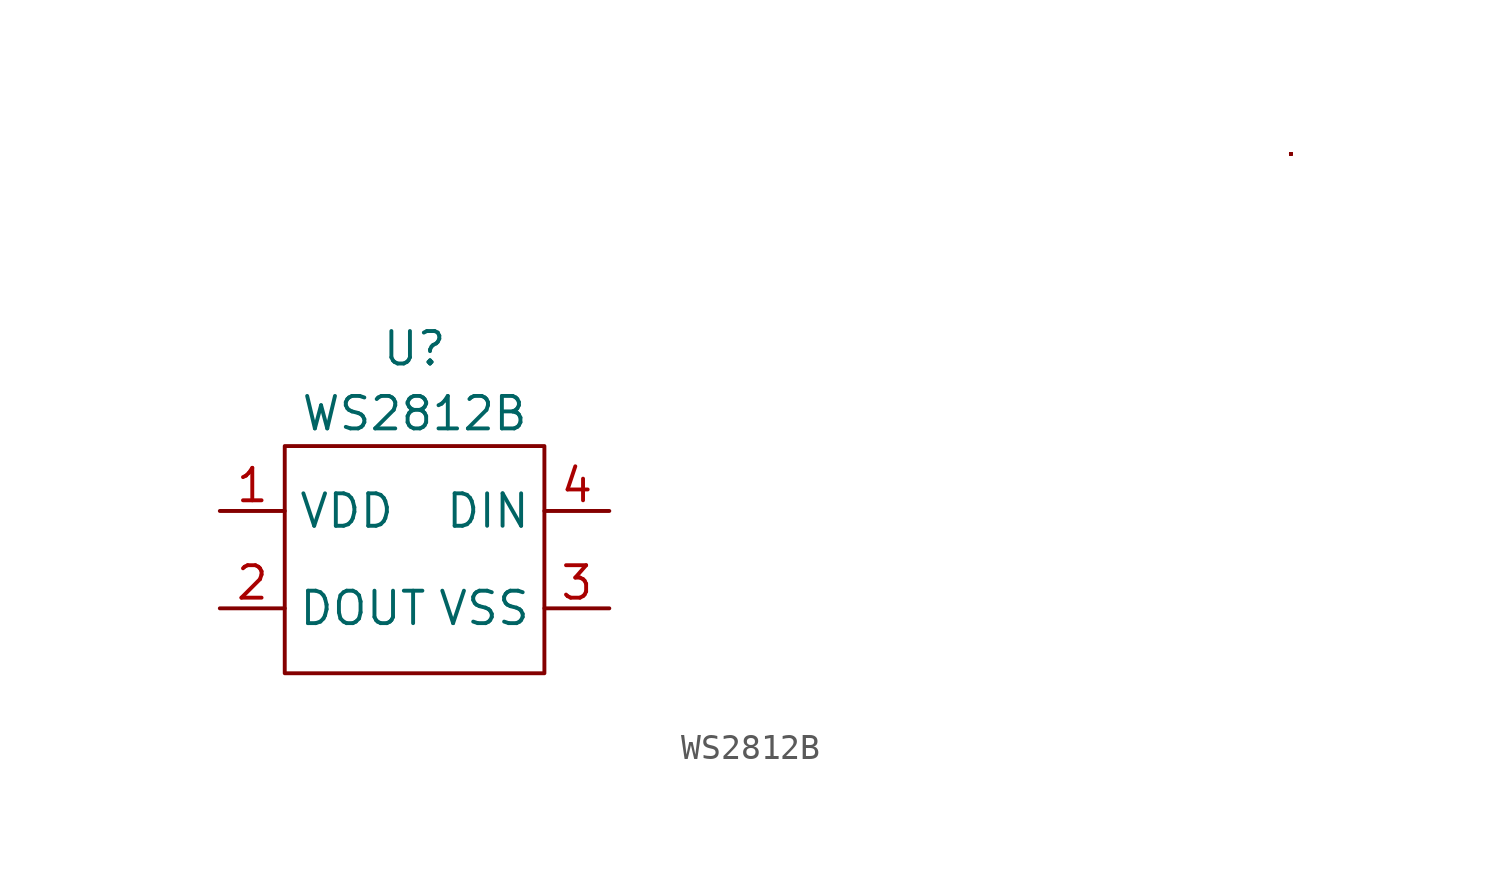
<source format=kicad_sym>
(kicad_symbol_lib
  (version 20211014)
  (generator kicad_symbol_editor)
  (symbol "WS2812B"
    (property "Reference" "U"
      (at 0 2.54 0)
      (effects (font (size 1.27 1.27))))
    (property "Value" "WS2812B"
      (at 0 0 0)
      (effects (font (size 1.27 1.27))))
    (symbol "WS2812B_0_1"
      (rectangle (start -5.08 -1.27) (end 5.08 -10.16) (stroke (width 0) (type default) (color 0 0 0 0)) (fill (type none)))
      (rectangle (start 34.29 10.16) (end 34.29 10.16) (stroke (width 0) (type default) (color 0 0 0 0)) (fill (type none)))
      (rectangle (start 34.29 10.16) (end 34.29 10.16) (stroke (width 0) (type default) (color 0 0 0 0)) (fill (type none)))
      (rectangle (start 34.29 10.16) (end 34.29 10.16) (stroke (width 0) (type default) (color 0 0 0 0)) (fill (type none)))
      (rectangle (start 34.29 10.16) (end 34.29 10.16) (stroke (width 0) (type default) (color 0 0 0 0)) (fill (type none)))
      (rectangle (start 34.29 10.16) (end 34.29 10.16) (stroke (width 0) (type default) (color 0 0 0 0)) (fill (type none)))
      (rectangle (start 34.29 10.16) (end 34.29 10.16) (stroke (width 0) (type default) (color 0 0 0 0)) (fill (type none)))
      (rectangle (start 34.29 10.16) (end 34.29 10.16) (stroke (width 0) (type default) (color 0 0 0 0)) (fill (type none)))
      (rectangle (start 34.29 10.16) (end 34.29 10.16) (stroke (width 0) (type default) (color 0 0 0 0)) (fill (type none)))
      (rectangle (start 34.29 10.16) (end 34.29 10.16) (stroke (width 0) (type default) (color 0 0 0 0)) (fill (type none)))
      (rectangle (start 34.29 10.16) (end 34.29 10.16) (stroke (width 0) (type default) (color 0 0 0 0)) (fill (type none)))
      (rectangle (start 34.29 10.16) (end 34.29 10.16) (stroke (width 0) (type default) (color 0 0 0 0)) (fill (type none)))
      (rectangle (start 34.29 10.16) (end 34.29 10.16) (stroke (width 0) (type default) (color 0 0 0 0)) (fill (type none)))
      (rectangle (start 34.29 10.16) (end 34.29 10.16) (stroke (width 0) (type default) (color 0 0 0 0)) (fill (type none))))
    (symbol "WS2812B_1_1"
      (pin bidirectional line (at -7.62 -3.81 0) (length 2.54) (name "VDD" (effects (font (size 1.27 1.27)))) (number "1" (effects (font (size 1.27 1.27)))))
      (pin bidirectional line (at -7.62 -7.62 0) (length 2.54) (name "DOUT" (effects (font (size 1.27 1.27)))) (number "2" (effects (font (size 1.27 1.27)))))
      (pin bidirectional line (at 7.62 -7.62 180) (length 2.54) (name "VSS" (effects (font (size 1.27 1.27)))) (number "3" (effects (font (size 1.27 1.27)))))
      (pin bidirectional line (at 7.62 -3.81 180) (length 2.54) (name "DIN" (effects (font (size 1.27 1.27)))) (number "4" (effects (font (size 1.27 1.27))))))))
</source>
